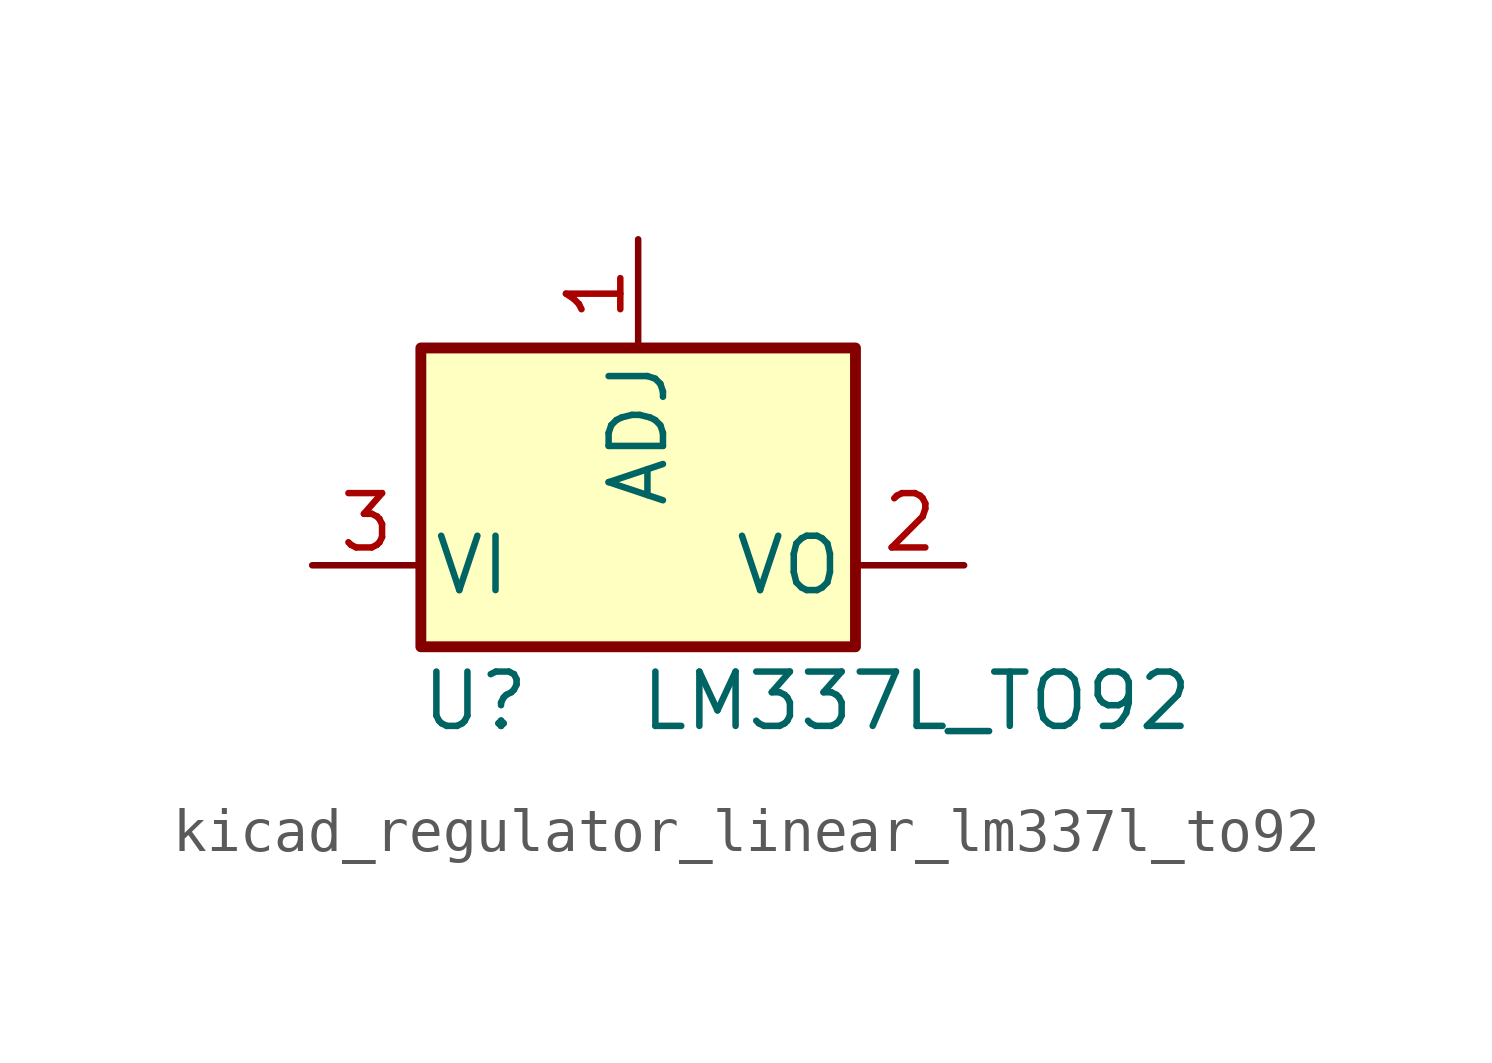
<source format=kicad_sym>
(kicad_symbol_lib
  (version 20220914)
  (generator kicad_symbol_editor)
  (symbol "kicad_regulator_linear_lm337l_to92"
    (pin_names
      (offset 0.254))
    (property "Reference" "U"
      (at -3.81 -3.175 0)
      (effects (font (size 1.27 1.27))))
    (property "Value" "LM337L_TO92"
      (at 0 -3.175 0)
      (effects (font (size 1.27 1.27)) (justify left)))
    (symbol "kicad_regulator_linear_lm337l_to92_0_1"
      (rectangle (start -5.08 5.08) (end 5.08 -1.905) (stroke (width 0.254) (type default)) (fill (type background))))
    (symbol "kicad_regulator_linear_lm337l_to92_1_1"
      (pin input line (at 0 7.62 270) (length 2.54) (name "ADJ" (effects (font (size 1.27 1.27)))) (number "1" (effects (font (size 1.27 1.27)))))
      (pin power_out line (at 7.62 0 180) (length 2.54) (name "VO" (effects (font (size 1.27 1.27)))) (number "2" (effects (font (size 1.27 1.27)))))
      (pin power_in line (at -7.62 0 0) (length 2.54) (name "VI" (effects (font (size 1.27 1.27)))) (number "3" (effects (font (size 1.27 1.27))))))))
</source>
